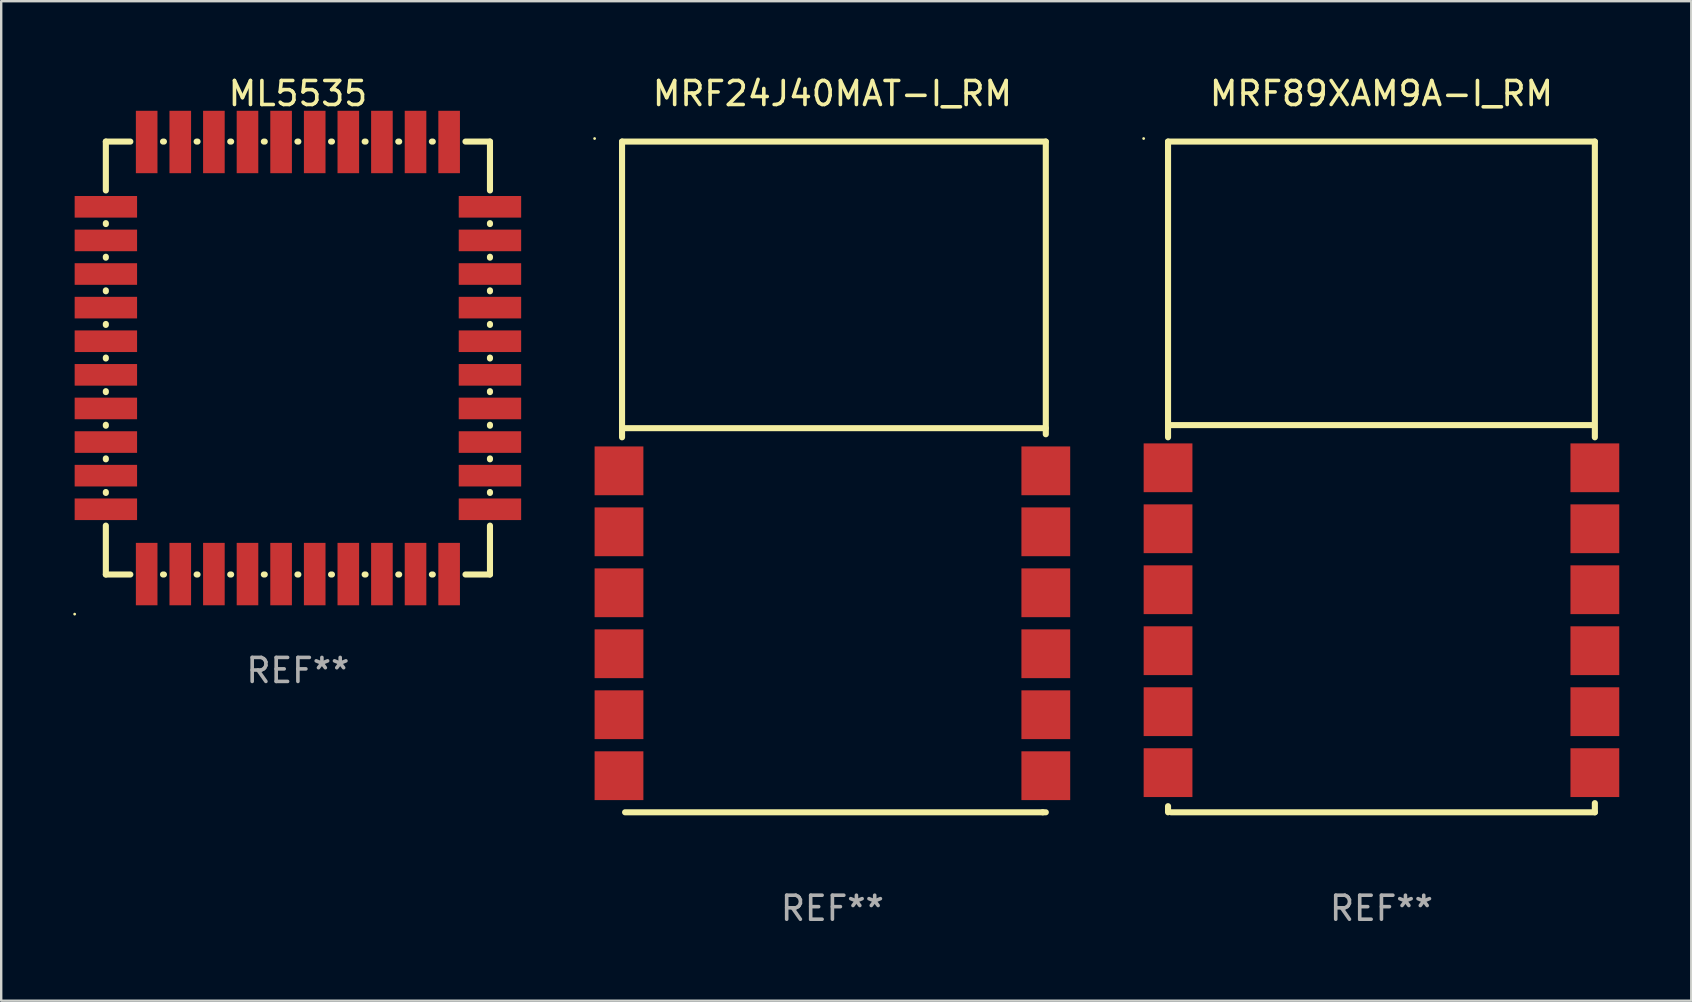
<source format=kicad_pcb>
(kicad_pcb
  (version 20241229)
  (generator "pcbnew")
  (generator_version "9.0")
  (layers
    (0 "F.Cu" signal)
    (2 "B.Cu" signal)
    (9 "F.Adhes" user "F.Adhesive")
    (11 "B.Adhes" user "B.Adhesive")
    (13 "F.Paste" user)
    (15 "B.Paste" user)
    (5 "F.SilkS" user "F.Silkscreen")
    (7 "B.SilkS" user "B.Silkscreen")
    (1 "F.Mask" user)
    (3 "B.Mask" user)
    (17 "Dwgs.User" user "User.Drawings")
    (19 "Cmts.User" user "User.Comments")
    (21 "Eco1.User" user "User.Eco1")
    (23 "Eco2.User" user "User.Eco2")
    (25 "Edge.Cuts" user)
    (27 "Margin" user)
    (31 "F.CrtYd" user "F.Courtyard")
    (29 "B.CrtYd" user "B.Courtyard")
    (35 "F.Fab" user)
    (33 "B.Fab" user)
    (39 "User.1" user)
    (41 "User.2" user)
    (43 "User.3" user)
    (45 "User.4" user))
  (footprint "ML5535"
    (layer "F.Cu")
    (at 9.36 11.865)
    (property "Reference" "ML5535" (at 0 -11.017 0) (layer "F.SilkS") (effects (font (size 1 1) (thickness 0.15))))
    (attr through_hole)
    (fp_line (start -8.001 -9.017) (end -8.001 -6.981) (stroke (width 0.254) (type solid)) (layer "F.SilkS"))
    (fp_line (start -8.001 -5.619) (end -8.001 -5.581) (stroke (width 0.254) (type solid)) (layer "F.SilkS"))
    (fp_line (start -8.001 -4.219) (end -8.001 -4.181) (stroke (width 0.254) (type solid)) (layer "F.SilkS"))
    (fp_line (start -8.001 -2.819) (end -8.001 -2.781) (stroke (width 0.254) (type solid)) (layer "F.SilkS"))
    (fp_line (start -8.001 -1.419) (end -8.001 -1.381) (stroke (width 0.254) (type solid)) (layer "F.SilkS"))
    (fp_line (start -8.001 -0.019) (end -8.001 0.019) (stroke (width 0.254) (type solid)) (layer "F.SilkS"))
    (fp_line (start -8.001 1.381) (end -8.001 1.419) (stroke (width 0.254) (type solid)) (layer "F.SilkS"))
    (fp_line (start -8.001 2.781) (end -8.001 2.819) (stroke (width 0.254) (type solid)) (layer "F.SilkS"))
    (fp_line (start -8.001 4.181) (end -8.001 4.219) (stroke (width 0.254) (type solid)) (layer "F.SilkS"))
    (fp_line (start -8.001 5.581) (end -8.001 5.619) (stroke (width 0.254) (type solid)) (layer "F.SilkS"))
    (fp_line (start -8.001 6.981) (end -8.001 9.017) (stroke (width 0.254) (type solid)) (layer "F.SilkS"))
    (fp_line (start -8.001 9.017) (end -6.981 9.017) (stroke (width 0.254) (type solid)) (layer "F.SilkS"))
    (fp_line (start -6.981 -9.017) (end -8.001 -9.017) (stroke (width 0.254) (type solid)) (layer "F.SilkS"))
    (fp_line (start -5.619 9.017) (end -5.581 9.017) (stroke (width 0.254) (type solid)) (layer "F.SilkS"))
    (fp_line (start -5.581 -9.017) (end -5.619 -9.017) (stroke (width 0.254) (type solid)) (layer "F.SilkS"))
    (fp_line (start -4.219 9.017) (end -4.181 9.017) (stroke (width 0.254) (type solid)) (layer "F.SilkS"))
    (fp_line (start -4.181 -9.017) (end -4.219 -9.017) (stroke (width 0.254) (type solid)) (layer "F.SilkS"))
    (fp_line (start -2.819 9.017) (end -2.781 9.017) (stroke (width 0.254) (type solid)) (layer "F.SilkS"))
    (fp_line (start -2.781 -9.017) (end -2.819 -9.017) (stroke (width 0.254) (type solid)) (layer "F.SilkS"))
    (fp_line (start -1.419 9.017) (end -1.381 9.017) (stroke (width 0.254) (type solid)) (layer "F.SilkS"))
    (fp_line (start -1.381 -9.017) (end -1.419 -9.017) (stroke (width 0.254) (type solid)) (layer "F.SilkS"))
    (fp_line (start -0.019 9.017) (end 0.019 9.017) (stroke (width 0.254) (type solid)) (layer "F.SilkS"))
    (fp_line (start 0.019 -9.017) (end -0.019 -9.017) (stroke (width 0.254) (type solid)) (layer "F.SilkS"))
    (fp_line (start 1.381 9.017) (end 1.419 9.017) (stroke (width 0.254) (type solid)) (layer "F.SilkS"))
    (fp_line (start 1.419 -9.017) (end 1.381 -9.017) (stroke (width 0.254) (type solid)) (layer "F.SilkS"))
    (fp_line (start 2.781 9.017) (end 2.819 9.017) (stroke (width 0.254) (type solid)) (layer "F.SilkS"))
    (fp_line (start 2.819 -9.017) (end 2.781 -9.017) (stroke (width 0.254) (type solid)) (layer "F.SilkS"))
    (fp_line (start 4.181 9.017) (end 4.219 9.017) (stroke (width 0.254) (type solid)) (layer "F.SilkS"))
    (fp_line (start 4.219 -9.017) (end 4.181 -9.017) (stroke (width 0.254) (type solid)) (layer "F.SilkS"))
    (fp_line (start 5.581 9.017) (end 5.619 9.017) (stroke (width 0.254) (type solid)) (layer "F.SilkS"))
    (fp_line (start 5.619 -9.017) (end 5.581 -9.017) (stroke (width 0.254) (type solid)) (layer "F.SilkS"))
    (fp_line (start 6.981 9.017) (end 8.001 9.017) (stroke (width 0.254) (type solid)) (layer "F.SilkS"))
    (fp_line (start 8.001 -9.017) (end 6.981 -9.017) (stroke (width 0.254) (type solid)) (layer "F.SilkS"))
    (fp_line (start 8.001 -6.981) (end 8.001 -9.017) (stroke (width 0.254) (type solid)) (layer "F.SilkS"))
    (fp_line (start 8.001 -5.581) (end 8.001 -5.619) (stroke (width 0.254) (type solid)) (layer "F.SilkS"))
    (fp_line (start 8.001 -4.181) (end 8.001 -4.219) (stroke (width 0.254) (type solid)) (layer "F.SilkS"))
    (fp_line (start 8.001 -2.781) (end 8.001 -2.819) (stroke (width 0.254) (type solid)) (layer "F.SilkS"))
    (fp_line (start 8.001 -1.381) (end 8.001 -1.419) (stroke (width 0.254) (type solid)) (layer "F.SilkS"))
    (fp_line (start 8.001 0.019) (end 8.001 -0.019) (stroke (width 0.254) (type solid)) (layer "F.SilkS"))
    (fp_line (start 8.001 1.419) (end 8.001 1.381) (stroke (width 0.254) (type solid)) (layer "F.SilkS"))
    (fp_line (start 8.001 2.819) (end 8.001 2.781) (stroke (width 0.254) (type solid)) (layer "F.SilkS"))
    (fp_line (start 8.001 4.219) (end 8.001 4.181) (stroke (width 0.254) (type solid)) (layer "F.SilkS"))
    (fp_line (start 8.001 5.619) (end 8.001 5.581) (stroke (width 0.254) (type solid)) (layer "F.SilkS"))
    (fp_line (start 8.001 9.017) (end 8.001 6.981) (stroke (width 0.254) (type solid)) (layer "F.SilkS"))
    (fp_circle (center -9.3 10.668) (end -9.27 10.668) (stroke (width 0.06) (type solid)) (fill no) (layer "F.SilkS"))
    (fp_text user "REF**" (at 0 13.017 0) (layer "F.Fab") (effects (font (size 1 1) (thickness 0.15))))
    (pad "1" smd rect (at -6.3 9) (size 0.9 2.6) (layers "F.Cu" "F.Mask" "F.Paste"))
    (pad "2" smd rect (at -4.9 9) (size 0.9 2.6) (layers "F.Cu" "F.Mask" "F.Paste"))
    (pad "3" smd rect (at -3.5 9) (size 0.9 2.6) (layers "F.Cu" "F.Mask" "F.Paste"))
    (pad "4" smd rect (at -2.1 9) (size 0.9 2.6) (layers "F.Cu" "F.Mask" "F.Paste"))
    (pad "5" smd rect (at -0.7 9) (size 0.9 2.6) (layers "F.Cu" "F.Mask" "F.Paste"))
    (pad "6" smd rect (at 0.7 9) (size 0.9 2.6) (layers "F.Cu" "F.Mask" "F.Paste"))
    (pad "7" smd rect (at 2.1 9) (size 0.9 2.6) (layers "F.Cu" "F.Mask" "F.Paste"))
    (pad "8" smd rect (at 3.5 9) (size 0.9 2.6) (layers "F.Cu" "F.Mask" "F.Paste"))
    (pad "9" smd rect (at 4.9 9) (size 0.9 2.6) (layers "F.Cu" "F.Mask" "F.Paste"))
    (pad "10" smd rect (at 6.3 9) (size 0.9 2.6) (layers "F.Cu" "F.Mask" "F.Paste"))
    (pad "11" smd rect (at 8 6.3 270) (size 0.9 2.6) (layers "F.Cu" "F.Mask" "F.Paste"))
    (pad "12" smd rect (at 8 4.9 270) (size 0.9 2.6) (layers "F.Cu" "F.Mask" "F.Paste"))
    (pad "13" smd rect (at 8 3.5 270) (size 0.9 2.6) (layers "F.Cu" "F.Mask" "F.Paste"))
    (pad "14" smd rect (at 8 2.1 270) (size 0.9 2.6) (layers "F.Cu" "F.Mask" "F.Paste"))
    (pad "15" smd rect (at 8 0.7 270) (size 0.9 2.6) (layers "F.Cu" "F.Mask" "F.Paste"))
    (pad "16" smd rect (at 8 -0.7 270) (size 0.9 2.6) (layers "F.Cu" "F.Mask" "F.Paste"))
    (pad "17" smd rect (at 8 -2.1 270) (size 0.9 2.6) (layers "F.Cu" "F.Mask" "F.Paste"))
    (pad "18" smd rect (at 8 -3.5 270) (size 0.9 2.6) (layers "F.Cu" "F.Mask" "F.Paste"))
    (pad "19" smd rect (at 8 -4.9 270) (size 0.9 2.6) (layers "F.Cu" "F.Mask" "F.Paste"))
    (pad "20" smd rect (at 8 -6.3 270) (size 0.9 2.6) (layers "F.Cu" "F.Mask" "F.Paste"))
    (pad "21" smd rect (at 6.3 -9) (size 0.9 2.6) (layers "F.Cu" "F.Mask" "F.Paste"))
    (pad "22" smd rect (at 4.9 -9) (size 0.9 2.6) (layers "F.Cu" "F.Mask" "F.Paste"))
    (pad "23" smd rect (at 3.5 -9) (size 0.9 2.6) (layers "F.Cu" "F.Mask" "F.Paste"))
    (pad "24" smd rect (at 2.1 -9) (size 0.9 2.6) (layers "F.Cu" "F.Mask" "F.Paste"))
    (pad "25" smd rect (at 0.7 -9) (size 0.9 2.6) (layers "F.Cu" "F.Mask" "F.Paste"))
    (pad "26" smd rect (at -0.7 -9) (size 0.9 2.6) (layers "F.Cu" "F.Mask" "F.Paste"))
    (pad "27" smd rect (at -2.1 -9) (size 0.9 2.6) (layers "F.Cu" "F.Mask" "F.Paste"))
    (pad "28" smd rect (at -3.5 -9) (size 0.9 2.6) (layers "F.Cu" "F.Mask" "F.Paste"))
    (pad "29" smd rect (at -4.9 -9) (size 0.9 2.6) (layers "F.Cu" "F.Mask" "F.Paste"))
    (pad "30" smd rect (at -6.3 -9) (size 0.9 2.6) (layers "F.Cu" "F.Mask" "F.Paste"))
    (pad "31" smd rect (at -8 -6.3 270) (size 0.9 2.6) (layers "F.Cu" "F.Mask" "F.Paste"))
    (pad "32" smd rect (at -8 -4.9 270) (size 0.9 2.6) (layers "F.Cu" "F.Mask" "F.Paste"))
    (pad "33" smd rect (at -8 -3.5 270) (size 0.9 2.6) (layers "F.Cu" "F.Mask" "F.Paste"))
    (pad "34" smd rect (at -8 -2.1 270) (size 0.9 2.6) (layers "F.Cu" "F.Mask" "F.Paste"))
    (pad "35" smd rect (at -8 -0.7 270) (size 0.9 2.6) (layers "F.Cu" "F.Mask" "F.Paste"))
    (pad "36" smd rect (at -8 0.7 270) (size 0.9 2.6) (layers "F.Cu" "F.Mask" "F.Paste"))
    (pad "37" smd rect (at -8 2.1 270) (size 0.9 2.6) (layers "F.Cu" "F.Mask" "F.Paste"))
    (pad "38" smd rect (at -8 3.5 270) (size 0.9 2.6) (layers "F.Cu" "F.Mask" "F.Paste"))
    (pad "39" smd rect (at -8 4.9 270) (size 0.9 2.6) (layers "F.Cu" "F.Mask" "F.Paste"))
    (pad "40" smd rect (at -8 6.3 270) (size 0.9 2.6) (layers "F.Cu" "F.Mask" "F.Paste")))
  (footprint "MRF89XAM9A-I_RM"
    (layer "F.Cu")
    (at 54.498 16.818)
    (property "Reference" "MRF89XAM9A-I_RM" (at 0 -15.97 0) (layer "F.SilkS") (effects (font (size 1 1) (thickness 0.15))))
    (attr through_hole)
    (fp_line (start -8.89 -13.97) (end 8.89 -13.97) (stroke (width 0.254) (type solid)) (layer "F.SilkS"))
    (fp_line (start -8.89 -1.651) (end -8.89 -13.97) (stroke (width 0.254) (type solid)) (layer "F.SilkS"))
    (fp_line (start -8.89 13.97) (end -8.89 13.716) (stroke (width 0.254) (type solid)) (layer "F.SilkS"))
    (fp_line (start -8.763 -2.159) (end 8.763 -2.159) (stroke (width 0.254) (type solid)) (layer "F.SilkS"))
    (fp_line (start -8.763 13.97) (end 8.89 13.97) (stroke (width 0.254) (type solid)) (layer "F.SilkS"))
    (fp_line (start 8.89 -13.97) (end 8.89 -1.651) (stroke (width 0.254) (type solid)) (layer "F.SilkS"))
    (fp_line (start 8.89 13.97) (end 8.89 13.589) (stroke (width 0.254) (type solid)) (layer "F.SilkS"))
    (fp_circle (center -9.906 -14.097) (end -9.876 -14.097) (stroke (width 0.06) (type solid)) (fill no) (layer "F.SilkS"))
    (fp_text user "REF**" (at 0 17.97 0) (layer "F.Fab") (effects (font (size 1 1) (thickness 0.15))))
    (pad "1" smd rect (at -8.89 -0.381) (size 2.032 2.032) (layers "F.Cu" "F.Mask" "F.Paste"))
    (pad "2" smd rect (at -8.89 2.159) (size 2.032 2.032) (layers "F.Cu" "F.Mask" "F.Paste"))
    (pad "3" smd rect (at -8.89 4.699) (size 2.032 2.032) (layers "F.Cu" "F.Mask" "F.Paste"))
    (pad "4" smd rect (at -8.89 7.239) (size 2.032 2.032) (layers "F.Cu" "F.Mask" "F.Paste"))
    (pad "5" smd rect (at -8.89 9.779) (size 2.032 2.032) (layers "F.Cu" "F.Mask" "F.Paste"))
    (pad "6" smd rect (at -8.89 12.319) (size 2.032 2.032) (layers "F.Cu" "F.Mask" "F.Paste"))
    (pad "7" smd rect (at 8.89 12.319) (size 2.032 2.032) (layers "F.Cu" "F.Mask" "F.Paste"))
    (pad "8" smd rect (at 8.89 9.779) (size 2.032 2.032) (layers "F.Cu" "F.Mask" "F.Paste"))
    (pad "9" smd rect (at 8.89 7.239) (size 2.032 2.032) (layers "F.Cu" "F.Mask" "F.Paste"))
    (pad "10" smd rect (at 8.89 4.699) (size 2.032 2.032) (layers "F.Cu" "F.Mask" "F.Paste"))
    (pad "11" smd rect (at 8.89 2.159) (size 2.032 2.032) (layers "F.Cu" "F.Mask" "F.Paste"))
    (pad "12" smd rect (at 8.89 -0.381) (size 2.032 2.032) (layers "F.Cu" "F.Mask" "F.Paste")))
  (footprint "MRF24J40MAT-I_RM"
    (layer "F.Cu")
    (at 31.626 16.818)
    (property "Reference" "MRF24J40MAT-I_RM" (at 0 -15.97 0) (layer "F.SilkS") (effects (font (size 1 1) (thickness 0.15))))
    (attr through_hole)
    (fp_line (start -8.763 -13.97) (end 8.89 -13.97) (stroke (width 0.254) (type solid)) (layer "F.SilkS"))
    (fp_line (start -8.763 -2.032) (end 8.89 -2.032) (stroke (width 0.254) (type solid)) (layer "F.SilkS"))
    (fp_line (start -8.763 -1.651) (end -8.763 -13.97) (stroke (width 0.254) (type solid)) (layer "F.SilkS"))
    (fp_line (start -8.636 13.97) (end 8.763 13.97) (stroke (width 0.254) (type solid)) (layer "F.SilkS"))
    (fp_line (start 8.763 13.97) (end 8.89 13.97) (stroke (width 0.254) (type solid)) (layer "F.SilkS"))
    (fp_line (start 8.89 -13.97) (end 8.89 -1.778) (stroke (width 0.254) (type solid)) (layer "F.SilkS"))
    (fp_circle (center -9.906 -14.097) (end -9.876 -14.097) (stroke (width 0.06) (type solid)) (fill no) (layer "F.SilkS"))
    (fp_text user "REF**" (at 0 17.97 0) (layer "F.Fab") (effects (font (size 1 1) (thickness 0.15))))
    (pad "1" smd rect (at -8.89 -0.254) (size 2.032 2.032) (layers "F.Cu" "F.Mask" "F.Paste"))
    (pad "2" smd rect (at -8.89 2.286) (size 2.032 2.032) (layers "F.Cu" "F.Mask" "F.Paste"))
    (pad "3" smd rect (at -8.89 4.826) (size 2.032 2.032) (layers "F.Cu" "F.Mask" "F.Paste"))
    (pad "4" smd rect (at -8.89 7.366) (size 2.032 2.032) (layers "F.Cu" "F.Mask" "F.Paste"))
    (pad "5" smd rect (at -8.89 9.906) (size 2.032 2.032) (layers "F.Cu" "F.Mask" "F.Paste"))
    (pad "6" smd rect (at -8.89 12.446) (size 2.032 2.032) (layers "F.Cu" "F.Mask" "F.Paste"))
    (pad "7" smd rect (at 8.89 12.446) (size 2.032 2.032) (layers "F.Cu" "F.Mask" "F.Paste"))
    (pad "8" smd rect (at 8.89 9.906) (size 2.032 2.032) (layers "F.Cu" "F.Mask" "F.Paste"))
    (pad "9" smd rect (at 8.89 7.366) (size 2.032 2.032) (layers "F.Cu" "F.Mask" "F.Paste"))
    (pad "10" smd rect (at 8.89 4.826) (size 2.032 2.032) (layers "F.Cu" "F.Mask" "F.Paste"))
    (pad "11" smd rect (at 8.89 2.286) (size 2.032 2.032) (layers "F.Cu" "F.Mask" "F.Paste"))
    (pad "12" smd rect (at 8.89 -0.254) (size 2.032 2.032) (layers "F.Cu" "F.Mask" "F.Paste")))
  (gr_rect
    (start -3 -3)
    (end 67.404 38.637)
    (stroke (width 0.1) (type default))
    (fill no)
    (layer "Edge.Cuts")))
</source>
